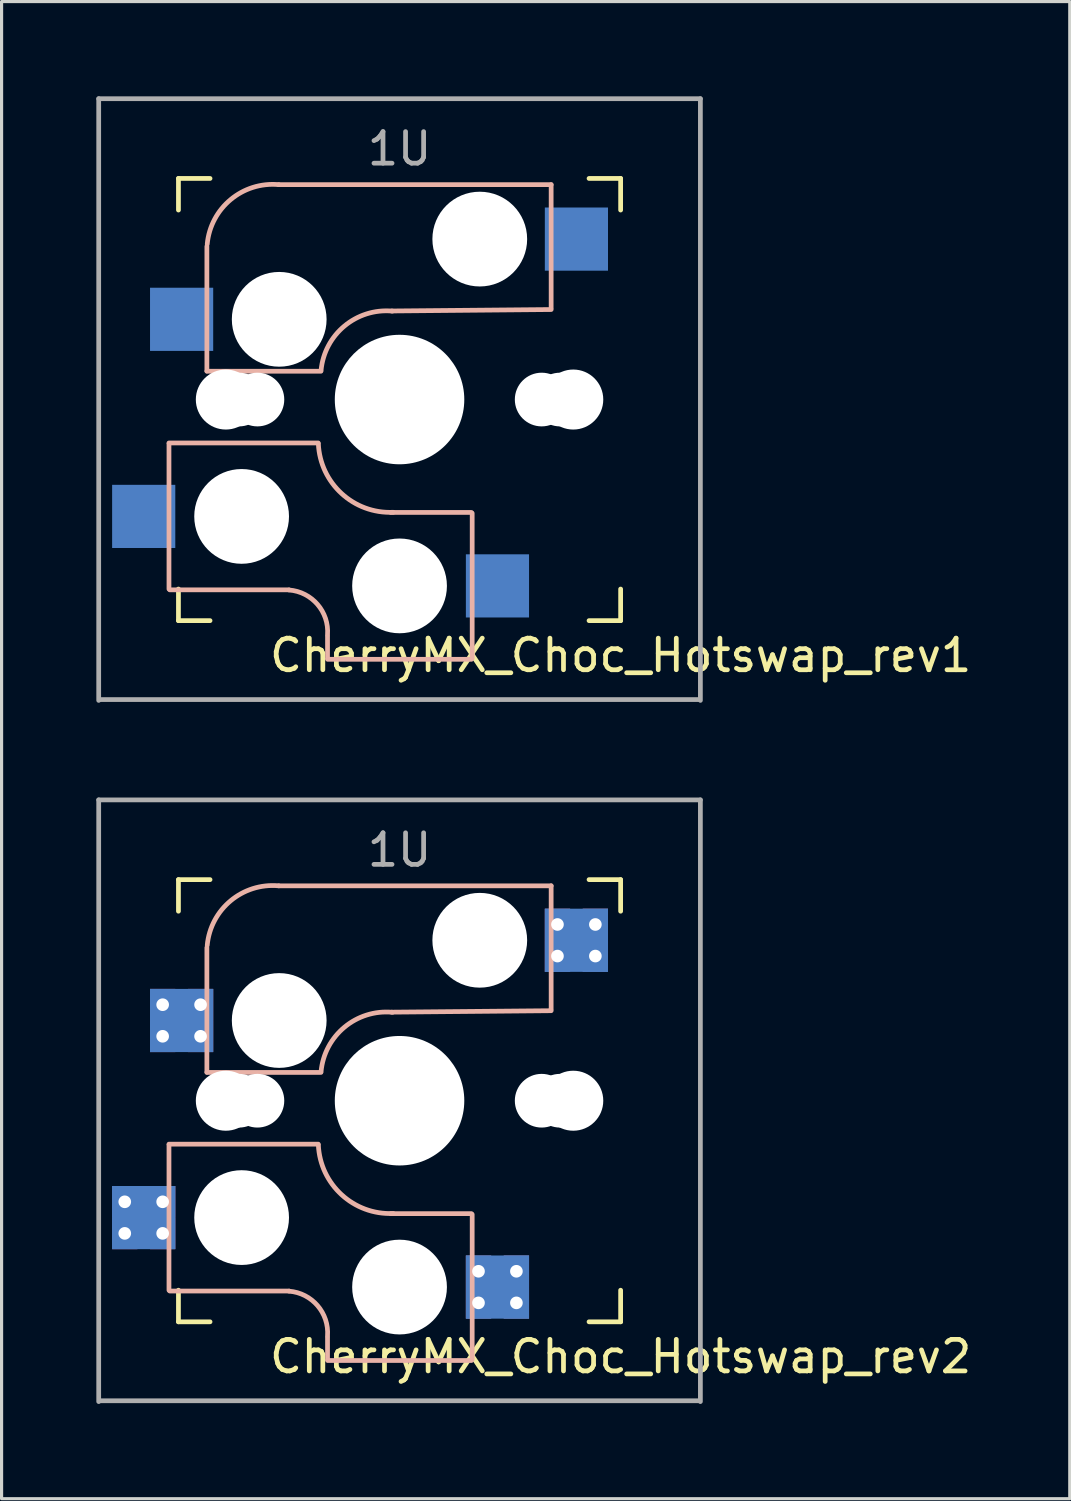
<source format=kicad_pcb>
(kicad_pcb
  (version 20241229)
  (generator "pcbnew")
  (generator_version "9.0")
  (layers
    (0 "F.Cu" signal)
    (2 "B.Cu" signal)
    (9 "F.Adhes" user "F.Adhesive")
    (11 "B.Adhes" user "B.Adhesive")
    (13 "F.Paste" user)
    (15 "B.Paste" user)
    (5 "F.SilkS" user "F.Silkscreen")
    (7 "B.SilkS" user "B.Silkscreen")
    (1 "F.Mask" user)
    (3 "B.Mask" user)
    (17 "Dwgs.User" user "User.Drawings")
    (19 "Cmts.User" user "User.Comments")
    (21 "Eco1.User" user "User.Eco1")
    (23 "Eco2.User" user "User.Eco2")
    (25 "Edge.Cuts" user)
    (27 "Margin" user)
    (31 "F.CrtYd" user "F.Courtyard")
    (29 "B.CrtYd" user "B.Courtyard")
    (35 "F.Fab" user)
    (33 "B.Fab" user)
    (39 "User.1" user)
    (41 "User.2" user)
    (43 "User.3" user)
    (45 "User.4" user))
  (footprint "CherryMX_Choc_Hotswap_rev1"
    (layer "F.Cu")
    (at 9.6 9.6)
    (property "Reference" "CherryMX_Choc_Hotswap_rev1" (at 7 8.1 0) (layer "F.SilkS") (effects (font (size 1 1) (thickness 0.15))))
    (attr through_hole)
    (fp_line (start -7 -7) (end -7 -6) (stroke (width 0.15) (type solid)) (layer "F.SilkS"))
    (fp_line (start -7 -7) (end -6 -7) (stroke (width 0.15) (type solid)) (layer "F.SilkS"))
    (fp_line (start -7 6) (end -7 7) (stroke (width 0.15) (type solid)) (layer "F.SilkS"))
    (fp_line (start -7 7) (end -6 7) (stroke (width 0.15) (type solid)) (layer "F.SilkS"))
    (fp_line (start 6 -7) (end 7 -7) (stroke (width 0.15) (type solid)) (layer "F.SilkS"))
    (fp_line (start 6 7) (end 7 7) (stroke (width 0.15) (type solid)) (layer "F.SilkS"))
    (fp_line (start 7 -7) (end 7 -6) (stroke (width 0.15) (type solid)) (layer "F.SilkS"))
    (fp_line (start 7 7) (end 7 6) (stroke (width 0.15) (type solid)) (layer "F.SilkS"))
    (fp_line (start -7.3 1.4) (end -7.3 6) (stroke (width 0.15) (type solid)) (layer "B.SilkS"))
    (fp_line (start -6.1 -4.85) (end -6.1 -0.905) (stroke (width 0.15) (type solid)) (layer "B.SilkS"))
    (fp_line (start -6.1 -0.896) (end -2.49 -0.896) (stroke (width 0.15) (type solid)) (layer "B.SilkS"))
    (fp_line (start -3.5 6.025) (end -7.275 6.025) (stroke (width 0.15) (type solid)) (layer "B.SilkS"))
    (fp_line (start -2.575 1.375) (end -7.3 1.375) (stroke (width 0.15) (type solid)) (layer "B.SilkS"))
    (fp_line (start -2.28 7.5) (end -2.28 8.2) (stroke (width 0.15) (type solid)) (layer "B.SilkS"))
    (fp_line (start 2.275 3.575) (end -0.275 3.575) (stroke (width 0.15) (type solid)) (layer "B.SilkS"))
    (fp_line (start 2.275 8.225) (end -2.275 8.225) (stroke (width 0.15) (type solid)) (layer "B.SilkS"))
    (fp_line (start 2.3 3.6) (end 2.3 8.2) (stroke (width 0.15) (type solid)) (layer "B.SilkS"))
    (fp_line (start 4.8 -6.804) (end -3.825 -6.804) (stroke (width 0.15) (type solid)) (layer "B.SilkS"))
    (fp_line (start 4.8 -2.896) (end 4.8 -6.804) (stroke (width 0.15) (type solid)) (layer "B.SilkS"))
    (fp_line (start 4.8 -2.85) (end -0.25 -2.804) (stroke (width 0.15) (type solid)) (layer "B.SilkS"))
    (fp_arc (start -6.089 -4.92) (mid -5.347189 -6.33089) (end -3.825 -6.804) (stroke (width 0.15) (type solid)) (layer "B.SilkS"))
    (fp_arc (start -3.5 6.03) (mid -2.595908 6.48733) (end -2.28 7.45) (stroke (width 0.15) (type solid)) (layer "B.SilkS"))
    (fp_arc (start -2.485 -0.92) (mid -1.744361 -2.328061) (end -0.225 -2.8) (stroke (width 0.15) (type solid)) (layer "B.SilkS"))
    (fp_arc (start -0.2 3.57) (mid -1.834422 2.975843) (end -2.57 1.4) (stroke (width 0.15) (type solid)) (layer "B.SilkS"))
    (fp_line (start -9.525 -9.525) (end 9.525 -9.525) (stroke (width 0.15) (type solid)) (layer "F.Fab"))
    (fp_line (start -9.525 9.525) (end -9.525 -9.525) (stroke (width 0.15) (type solid)) (layer "F.Fab"))
    (fp_line (start 9.5 9.5) (end -9.5 9.5) (stroke (width 0.15) (type solid)) (layer "F.Fab"))
    (fp_line (start 9.525 -9.525) (end 9.525 9.525) (stroke (width 0.15) (type solid)) (layer "F.Fab"))
    (fp_text user "1U" (at 0 -7.938 0) (layer "F.Fab") (effects (font (size 1 1) (thickness 0.15))))
    (pad "" np_thru_hole circle (at -5.5 0 90) (size 1.9 1.9) (drill 1.9) (layers "*.Cu" "*.Mask"))
    (pad "" np_thru_hole circle (at -5.08 0) (size 1.7 1.7) (drill 1.7) (layers "*.Cu" "*.Mask"))
    (pad "" np_thru_hole circle (at -5 3.7 90) (size 3 3) (drill 3) (layers "*.Cu" "*.Mask"))
    (pad "" np_thru_hole circle (at -4.5 0) (size 1.7 1.7) (drill 1.7) (layers "*.Cu" "*.Mask"))
    (pad "" np_thru_hole circle (at -3.81 -2.54 180) (size 3 3) (drill 3) (layers "*.Cu" "*.Mask"))
    (pad "" np_thru_hole circle (at 0 0 90) (size 4.1 4.1) (drill 4.1) (layers "*.Cu" "*.Mask"))
    (pad "" np_thru_hole circle (at 0 5.9 90) (size 3 3) (drill 3) (layers "*.Cu" "*.Mask"))
    (pad "" np_thru_hole circle (at 2.54 -5.08 180) (size 3 3) (drill 3) (layers "*.Cu" "*.Mask"))
    (pad "" np_thru_hole circle (at 4.5 0) (size 1.7 1.7) (drill 1.7) (layers "*.Cu" "*.Mask"))
    (pad "" np_thru_hole circle (at 5.08 0) (size 1.7 1.7) (drill 1.7) (layers "*.Cu" "*.Mask"))
    (pad "" np_thru_hole circle (at 5.5 0 90) (size 1.9 1.9) (drill 1.9) (layers "*.Cu" "*.Mask"))
    (pad "1" smd rect (at -8.1 3.7 180) (size 2 2) (layers "B.Cu" "B.Mask" "B.Paste"))
    (pad "1" smd rect (at -6.9 -2.54 180) (size 2 2) (layers "B.Cu" "B.Mask" "B.Paste"))
    (pad "2" smd rect (at 3.1 5.9 180) (size 2 2) (layers "B.Cu" "B.Mask" "B.Paste"))
    (pad "2" smd rect (at 5.6 -5.08 180) (size 2 2) (layers "B.Cu" "B.Mask" "B.Paste")))
  (footprint "CherryMX_Choc_Hotswap_rev2"
    (layer "F.Cu")
    (at 9.6 31.8)
    (property "Reference" "CherryMX_Choc_Hotswap_rev2" (at 7 8.1 0) (layer "F.SilkS") (effects (font (size 1 1) (thickness 0.15))))
    (attr through_hole)
    (fp_line (start -7 -7) (end -7 -6) (stroke (width 0.15) (type solid)) (layer "F.SilkS"))
    (fp_line (start -7 -7) (end -6 -7) (stroke (width 0.15) (type solid)) (layer "F.SilkS"))
    (fp_line (start -7 6) (end -7 7) (stroke (width 0.15) (type solid)) (layer "F.SilkS"))
    (fp_line (start -7 7) (end -6 7) (stroke (width 0.15) (type solid)) (layer "F.SilkS"))
    (fp_line (start 6 -7) (end 7 -7) (stroke (width 0.15) (type solid)) (layer "F.SilkS"))
    (fp_line (start 6 7) (end 7 7) (stroke (width 0.15) (type solid)) (layer "F.SilkS"))
    (fp_line (start 7 -7) (end 7 -6) (stroke (width 0.15) (type solid)) (layer "F.SilkS"))
    (fp_line (start 7 7) (end 7 6) (stroke (width 0.15) (type solid)) (layer "F.SilkS"))
    (fp_line (start -7.3 1.4) (end -7.3 6) (stroke (width 0.15) (type solid)) (layer "B.SilkS"))
    (fp_line (start -6.1 -4.85) (end -6.1 -0.905) (stroke (width 0.15) (type solid)) (layer "B.SilkS"))
    (fp_line (start -6.1 -0.896) (end -2.49 -0.896) (stroke (width 0.15) (type solid)) (layer "B.SilkS"))
    (fp_line (start -3.5 6.025) (end -7.275 6.025) (stroke (width 0.15) (type solid)) (layer "B.SilkS"))
    (fp_line (start -2.575 1.375) (end -7.3 1.375) (stroke (width 0.15) (type solid)) (layer "B.SilkS"))
    (fp_line (start -2.28 7.5) (end -2.28 8.2) (stroke (width 0.15) (type solid)) (layer "B.SilkS"))
    (fp_line (start 2.275 3.575) (end -0.275 3.575) (stroke (width 0.15) (type solid)) (layer "B.SilkS"))
    (fp_line (start 2.275 8.225) (end -2.275 8.225) (stroke (width 0.15) (type solid)) (layer "B.SilkS"))
    (fp_line (start 2.3 3.6) (end 2.3 8.2) (stroke (width 0.15) (type solid)) (layer "B.SilkS"))
    (fp_line (start 4.8 -6.804) (end -3.825 -6.804) (stroke (width 0.15) (type solid)) (layer "B.SilkS"))
    (fp_line (start 4.8 -2.896) (end 4.8 -6.804) (stroke (width 0.15) (type solid)) (layer "B.SilkS"))
    (fp_line (start 4.8 -2.85) (end -0.25 -2.804) (stroke (width 0.15) (type solid)) (layer "B.SilkS"))
    (fp_arc (start -6.089 -4.92) (mid -5.347189 -6.33089) (end -3.825 -6.804) (stroke (width 0.15) (type solid)) (layer "B.SilkS"))
    (fp_arc (start -3.5 6.03) (mid -2.595908 6.48733) (end -2.28 7.45) (stroke (width 0.15) (type solid)) (layer "B.SilkS"))
    (fp_arc (start -2.485 -0.92) (mid -1.744361 -2.328061) (end -0.225 -2.8) (stroke (width 0.15) (type solid)) (layer "B.SilkS"))
    (fp_arc (start -0.2 3.57) (mid -1.834422 2.975843) (end -2.57 1.4) (stroke (width 0.15) (type solid)) (layer "B.SilkS"))
    (fp_line (start -9.525 -9.525) (end 9.525 -9.525) (stroke (width 0.15) (type solid)) (layer "F.Fab"))
    (fp_line (start -9.525 9.525) (end -9.525 -9.525) (stroke (width 0.15) (type solid)) (layer "F.Fab"))
    (fp_line (start 9.5 9.5) (end -9.5 9.5) (stroke (width 0.15) (type solid)) (layer "F.Fab"))
    (fp_line (start 9.525 -9.525) (end 9.525 9.525) (stroke (width 0.15) (type solid)) (layer "F.Fab"))
    (fp_text user "1U" (at 0 -7.938 0) (layer "F.Fab") (effects (font (size 1 1) (thickness 0.15))))
    (pad "" np_thru_hole circle (at -5.5 0 90) (size 1.9 1.9) (drill 1.9) (layers "*.Cu" "*.Mask"))
    (pad "" np_thru_hole circle (at -5.08 0) (size 1.7 1.7) (drill 1.7) (layers "*.Cu" "*.Mask"))
    (pad "" np_thru_hole circle (at -5 3.7 90) (size 3 3) (drill 3) (layers "*.Cu" "*.Mask"))
    (pad "" np_thru_hole circle (at -4.5 0) (size 1.7 1.7) (drill 1.7) (layers "*.Cu" "*.Mask"))
    (pad "" np_thru_hole circle (at -3.81 -2.54 180) (size 3 3) (drill 3) (layers "*.Cu" "*.Mask"))
    (pad "" np_thru_hole circle (at 0 0 90) (size 4.1 4.1) (drill 4.1) (layers "*.Cu" "*.Mask"))
    (pad "" np_thru_hole circle (at 0 5.9 90) (size 3 3) (drill 3) (layers "*.Cu" "*.Mask"))
    (pad "" np_thru_hole circle (at 2.54 -5.08 180) (size 3 3) (drill 3) (layers "*.Cu" "*.Mask"))
    (pad "" np_thru_hole circle (at 4.5 0) (size 1.7 1.7) (drill 1.7) (layers "*.Cu" "*.Mask"))
    (pad "" np_thru_hole circle (at 5.08 0) (size 1.7 1.7) (drill 1.7) (layers "*.Cu" "*.Mask"))
    (pad "" np_thru_hole circle (at 5.5 0 90) (size 1.9 1.9) (drill 1.9) (layers "*.Cu" "*.Mask"))
    (pad "1" thru_hole rect (at -8.7 3.2) (size 0.8 1) (drill 0.4) (layers "*.Cu" "*.Mask"))
    (pad "1" thru_hole rect (at -8.7 4.2) (size 0.8 1) (drill 0.4) (layers "*.Cu" "*.Mask"))
    (pad "1" smd rect (at -8.1 3.7 180) (size 2 2) (layers "B.Cu" "B.Mask" "B.Paste"))
    (pad "1" thru_hole rect (at -7.5 -3.04) (size 0.8 1) (drill 0.4) (layers "*.Cu" "*.Mask"))
    (pad "1" thru_hole rect (at -7.5 -2.04) (size 0.8 1) (drill 0.4) (layers "*.Cu" "*.Mask"))
    (pad "1" thru_hole rect (at -7.5 3.2) (size 0.8 1) (drill 0.4) (layers "*.Cu" "*.Mask"))
    (pad "1" thru_hole rect (at -7.5 4.2) (size 0.8 1) (drill 0.4) (layers "*.Cu" "*.Mask"))
    (pad "1" smd rect (at -6.9 -2.54 180) (size 2 2) (layers "B.Cu" "B.Mask" "B.Paste"))
    (pad "1" thru_hole rect (at -6.3 -3.04) (size 0.8 1) (drill 0.4) (layers "*.Cu" "*.Mask"))
    (pad "1" thru_hole rect (at -6.3 -2.04) (size 0.8 1) (drill 0.4) (layers "*.Cu" "*.Mask"))
    (pad "2" thru_hole rect (at 2.5 5.4) (size 0.8 1) (drill 0.4) (layers "*.Cu" "*.Mask"))
    (pad "2" thru_hole rect (at 2.5 6.4) (size 0.8 1) (drill 0.4) (layers "*.Cu" "*.Mask"))
    (pad "2" smd rect (at 3.1 5.9 180) (size 2 2) (layers "B.Cu" "B.Mask" "B.Paste"))
    (pad "2" thru_hole rect (at 3.7 5.4) (size 0.8 1) (drill 0.4) (layers "*.Cu" "*.Mask"))
    (pad "2" thru_hole rect (at 3.7 6.4) (size 0.8 1) (drill 0.4) (layers "*.Cu" "*.Mask"))
    (pad "2" thru_hole rect (at 5 -5.58) (size 0.8 1) (drill 0.4) (layers "*.Cu" "*.Mask"))
    (pad "2" thru_hole rect (at 5 -4.58) (size 0.8 1) (drill 0.4) (layers "*.Cu" "*.Mask"))
    (pad "2" smd rect (at 5.6 -5.08 180) (size 2 2) (layers "B.Cu" "B.Mask" "B.Paste"))
    (pad "2" thru_hole rect (at 6.2 -5.58) (size 0.8 1) (drill 0.4) (layers "*.Cu" "*.Mask"))
    (pad "2" thru_hole rect (at 6.2 -4.58) (size 0.8 1) (drill 0.4) (layers "*.Cu" "*.Mask")))
  (gr_rect
    (start -3 -3)
    (end 30.82 44.4)
    (stroke (width 0.1) (type default))
    (fill no)
    (layer "Edge.Cuts")))
</source>
